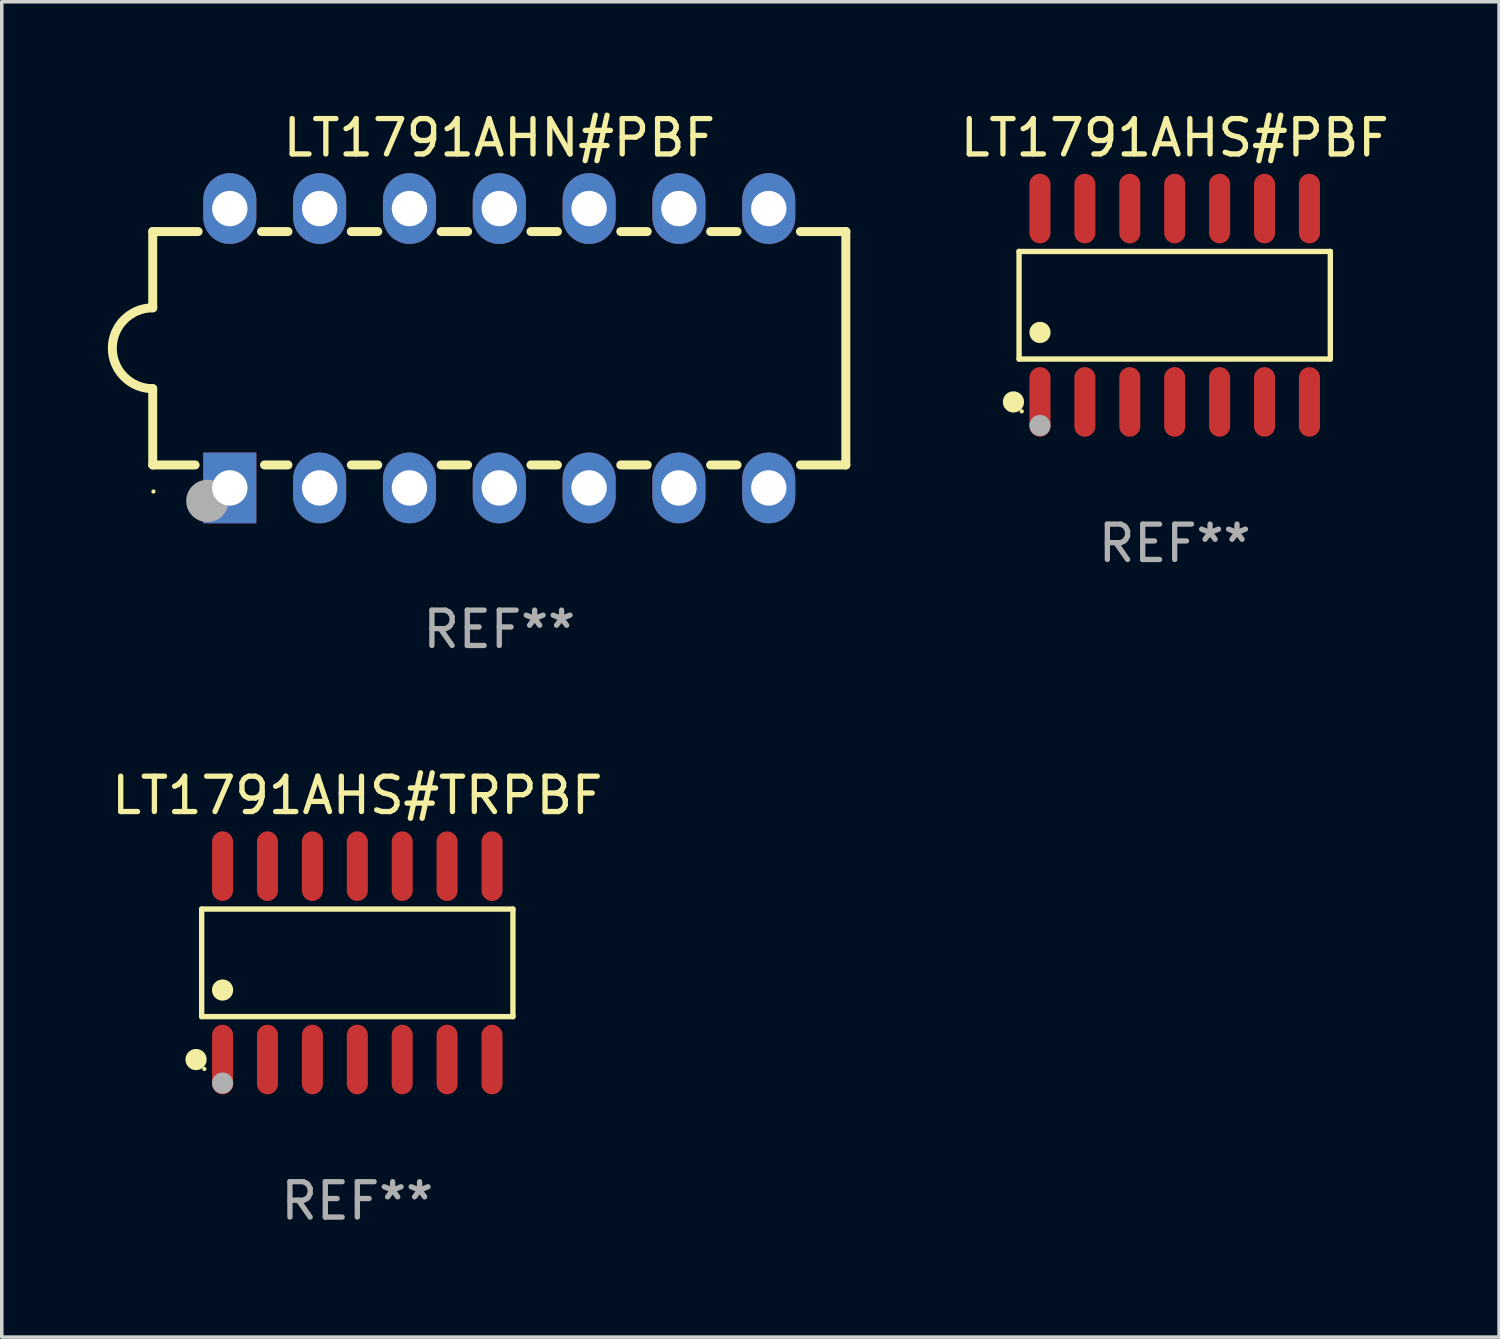
<source format=kicad_pcb>
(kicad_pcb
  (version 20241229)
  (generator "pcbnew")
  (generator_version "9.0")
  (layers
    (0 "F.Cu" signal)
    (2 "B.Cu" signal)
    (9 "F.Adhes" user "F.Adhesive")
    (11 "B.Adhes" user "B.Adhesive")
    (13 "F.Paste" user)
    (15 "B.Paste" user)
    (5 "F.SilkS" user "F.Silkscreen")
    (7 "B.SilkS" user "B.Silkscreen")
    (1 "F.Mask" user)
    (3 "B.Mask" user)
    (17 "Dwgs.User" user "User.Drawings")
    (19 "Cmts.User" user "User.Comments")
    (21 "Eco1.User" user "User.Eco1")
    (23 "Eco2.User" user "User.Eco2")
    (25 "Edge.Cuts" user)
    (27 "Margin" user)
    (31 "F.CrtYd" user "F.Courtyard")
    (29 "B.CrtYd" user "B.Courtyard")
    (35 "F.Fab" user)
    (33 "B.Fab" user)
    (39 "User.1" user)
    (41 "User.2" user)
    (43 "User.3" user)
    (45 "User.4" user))
  (footprint "LT1791AHS#PBF"
    (layer "F.Cu")
    (at 30.169 5.582)
    (property "Reference" "LT1791AHS#PBF" (at 0 -4.734 0) (layer "F.SilkS") (effects (font (size 1 1) (thickness 0.15))))
    (attr through_hole)
    (fp_line (start -4.401 -1.521) (end 4.401 -1.521) (stroke (width 0.152) (type solid)) (layer "F.SilkS"))
    (fp_line (start -4.401 1.521) (end -4.401 -1.521) (stroke (width 0.152) (type solid)) (layer "F.SilkS"))
    (fp_line (start 4.401 -1.521) (end 4.401 1.521) (stroke (width 0.152) (type solid)) (layer "F.SilkS"))
    (fp_line (start 4.401 1.521) (end -4.401 1.521) (stroke (width 0.152) (type solid)) (layer "F.SilkS"))
    (fp_circle (center -4.56 2.734) (end -4.41 2.734) (stroke (width 0.3) (type solid)) (fill no) (layer "F.SilkS"))
    (fp_circle (center -4.325 3) (end -4.295 3) (stroke (width 0.06) (type solid)) (fill no) (layer "F.SilkS"))
    (fp_circle (center -3.81 0.769) (end -3.66 0.769) (stroke (width 0.3) (type solid)) (fill no) (layer "F.SilkS"))
    (fp_circle (center -3.81 3.4) (end -3.66 3.4) (stroke (width 0.3) (type solid)) (fill no) (layer "F.Fab"))
    (fp_text user "REF**" (at 0 6.734 0) (layer "F.Fab") (effects (font (size 1 1) (thickness 0.15))))
    (pad "1" smd oval (at -3.81 2.734) (size 0.595 1.968) (layers "F.Cu" "F.Mask" "F.Paste"))
    (pad "2" smd oval (at -2.54 2.734) (size 0.595 1.968) (layers "F.Cu" "F.Mask" "F.Paste"))
    (pad "3" smd oval (at -1.27 2.734) (size 0.595 1.968) (layers "F.Cu" "F.Mask" "F.Paste"))
    (pad "4" smd oval (at 0 2.734) (size 0.595 1.968) (layers "F.Cu" "F.Mask" "F.Paste"))
    (pad "5" smd oval (at 1.27 2.734) (size 0.595 1.968) (layers "F.Cu" "F.Mask" "F.Paste"))
    (pad "6" smd oval (at 2.54 2.734) (size 0.595 1.968) (layers "F.Cu" "F.Mask" "F.Paste"))
    (pad "7" smd oval (at 3.81 2.734) (size 0.595 1.968) (layers "F.Cu" "F.Mask" "F.Paste"))
    (pad "8" smd oval (at 3.81 -2.734) (size 0.595 1.968) (layers "F.Cu" "F.Mask" "F.Paste"))
    (pad "9" smd oval (at 2.54 -2.734) (size 0.595 1.968) (layers "F.Cu" "F.Mask" "F.Paste"))
    (pad "10" smd oval (at 1.27 -2.734) (size 0.595 1.968) (layers "F.Cu" "F.Mask" "F.Paste"))
    (pad "11" smd oval (at 0 -2.734) (size 0.595 1.968) (layers "F.Cu" "F.Mask" "F.Paste"))
    (pad "12" smd oval (at -1.27 -2.734) (size 0.595 1.968) (layers "F.Cu" "F.Mask" "F.Paste"))
    (pad "13" smd oval (at -2.54 -2.734) (size 0.595 1.968) (layers "F.Cu" "F.Mask" "F.Paste"))
    (pad "14" smd oval (at -3.81 -2.734) (size 0.595 1.968) (layers "F.Cu" "F.Mask" "F.Paste")))
  (footprint "LT1791AHS#TRPBF"
    (layer "F.Cu")
    (at 7.054 24.178)
    (property "Reference" "LT1791AHS#TRPBF" (at 0 -4.734 0) (layer "F.SilkS") (effects (font (size 1 1) (thickness 0.15))))
    (attr through_hole)
    (fp_line (start -4.401 -1.521) (end 4.401 -1.521) (stroke (width 0.152) (type solid)) (layer "F.SilkS"))
    (fp_line (start -4.401 1.521) (end -4.401 -1.521) (stroke (width 0.152) (type solid)) (layer "F.SilkS"))
    (fp_line (start 4.401 -1.521) (end 4.401 1.521) (stroke (width 0.152) (type solid)) (layer "F.SilkS"))
    (fp_line (start 4.401 1.521) (end -4.401 1.521) (stroke (width 0.152) (type solid)) (layer "F.SilkS"))
    (fp_circle (center -4.56 2.734) (end -4.41 2.734) (stroke (width 0.3) (type solid)) (fill no) (layer "F.SilkS"))
    (fp_circle (center -4.325 3) (end -4.295 3) (stroke (width 0.06) (type solid)) (fill no) (layer "F.SilkS"))
    (fp_circle (center -3.81 0.769) (end -3.66 0.769) (stroke (width 0.3) (type solid)) (fill no) (layer "F.SilkS"))
    (fp_circle (center -3.81 3.4) (end -3.66 3.4) (stroke (width 0.3) (type solid)) (fill no) (layer "F.Fab"))
    (fp_text user "REF**" (at 0 6.734 0) (layer "F.Fab") (effects (font (size 1 1) (thickness 0.15))))
    (pad "1" smd oval (at -3.81 2.734) (size 0.595 1.968) (layers "F.Cu" "F.Mask" "F.Paste"))
    (pad "2" smd oval (at -2.54 2.734) (size 0.595 1.968) (layers "F.Cu" "F.Mask" "F.Paste"))
    (pad "3" smd oval (at -1.27 2.734) (size 0.595 1.968) (layers "F.Cu" "F.Mask" "F.Paste"))
    (pad "4" smd oval (at 0 2.734) (size 0.595 1.968) (layers "F.Cu" "F.Mask" "F.Paste"))
    (pad "5" smd oval (at 1.27 2.734) (size 0.595 1.968) (layers "F.Cu" "F.Mask" "F.Paste"))
    (pad "6" smd oval (at 2.54 2.734) (size 0.595 1.968) (layers "F.Cu" "F.Mask" "F.Paste"))
    (pad "7" smd oval (at 3.81 2.734) (size 0.595 1.968) (layers "F.Cu" "F.Mask" "F.Paste"))
    (pad "8" smd oval (at 3.81 -2.734) (size 0.595 1.968) (layers "F.Cu" "F.Mask" "F.Paste"))
    (pad "9" smd oval (at 2.54 -2.734) (size 0.595 1.968) (layers "F.Cu" "F.Mask" "F.Paste"))
    (pad "10" smd oval (at 1.27 -2.734) (size 0.595 1.968) (layers "F.Cu" "F.Mask" "F.Paste"))
    (pad "11" smd oval (at 0 -2.734) (size 0.595 1.968) (layers "F.Cu" "F.Mask" "F.Paste"))
    (pad "12" smd oval (at -1.27 -2.734) (size 0.595 1.968) (layers "F.Cu" "F.Mask" "F.Paste"))
    (pad "13" smd oval (at -2.54 -2.734) (size 0.595 1.968) (layers "F.Cu" "F.Mask" "F.Paste"))
    (pad "14" smd oval (at -3.81 -2.734) (size 0.595 1.968) (layers "F.Cu" "F.Mask" "F.Paste")))
  (footprint "LT1791AHN#PBF"
    (layer "F.Cu")
    (at 11.069 6.798)
    (property "Reference" "LT1791AHN#PBF" (at 0 -5.95 0) (layer "F.SilkS") (effects (font (size 1 1) (thickness 0.15))))
    (attr through_hole)
    (fp_line (start -9.8 -3.3) (end -9.8 -1.143) (stroke (width 0.254) (type solid)) (layer "F.SilkS"))
    (fp_line (start -9.8 -3.3) (end -8.516 -3.3) (stroke (width 0.254) (type solid)) (layer "F.SilkS"))
    (fp_line (start -9.8 3.3) (end -9.8 1.143) (stroke (width 0.254) (type solid)) (layer "F.SilkS"))
    (fp_line (start -8.601 3.3) (end -9.8 3.3) (stroke (width 0.254) (type solid)) (layer "F.SilkS"))
    (fp_line (start -6.724 -3.3) (end -5.976 -3.3) (stroke (width 0.254) (type solid)) (layer "F.SilkS"))
    (fp_line (start -5.976 3.3) (end -6.639 3.3) (stroke (width 0.254) (type solid)) (layer "F.SilkS"))
    (fp_line (start -4.184 -3.3) (end -3.436 -3.3) (stroke (width 0.254) (type solid)) (layer "F.SilkS"))
    (fp_line (start -3.436 3.3) (end -4.184 3.3) (stroke (width 0.254) (type solid)) (layer "F.SilkS"))
    (fp_line (start -1.644 -3.3) (end -0.896 -3.3) (stroke (width 0.254) (type solid)) (layer "F.SilkS"))
    (fp_line (start -0.896 3.3) (end -1.644 3.3) (stroke (width 0.254) (type solid)) (layer "F.SilkS"))
    (fp_line (start 0.896 -3.3) (end 1.644 -3.3) (stroke (width 0.254) (type solid)) (layer "F.SilkS"))
    (fp_line (start 1.644 3.3) (end 0.896 3.3) (stroke (width 0.254) (type solid)) (layer "F.SilkS"))
    (fp_line (start 3.436 -3.3) (end 4.184 -3.3) (stroke (width 0.254) (type solid)) (layer "F.SilkS"))
    (fp_line (start 4.184 3.3) (end 3.436 3.3) (stroke (width 0.254) (type solid)) (layer "F.SilkS"))
    (fp_line (start 5.976 -3.3) (end 6.724 -3.3) (stroke (width 0.254) (type solid)) (layer "F.SilkS"))
    (fp_line (start 6.724 3.3) (end 5.976 3.3) (stroke (width 0.254) (type solid)) (layer "F.SilkS"))
    (fp_line (start 8.516 -3.3) (end 9.8 -3.3) (stroke (width 0.254) (type solid)) (layer "F.SilkS"))
    (fp_line (start 9.8 -3.3) (end 9.8 3.3) (stroke (width 0.254) (type solid)) (layer "F.SilkS"))
    (fp_line (start 9.8 3.3) (end 8.516 3.3) (stroke (width 0.254) (type solid)) (layer "F.SilkS"))
    (fp_arc (start -9.800038 1.143002) (mid -10.942354 -0.000343) (end -9.799352 -1.143002) (stroke (width 0.254001) (type solid)) (layer "F.SilkS"))
    (fp_circle (center -9.779 4.051) (end -9.749 4.051) (stroke (width 0.06) (type solid)) (fill no) (layer "F.SilkS"))
    (fp_circle (center -8.255 4.318) (end -7.955 4.318) (stroke (width 0.6) (type solid)) (fill no) (layer "F.Fab"))
    (fp_text user "REF**" (at 0 7.95 0) (layer "F.Fab") (effects (font (size 1 1) (thickness 0.15))))
    (pad "1" thru_hole rect (at -7.62 3.95 90) (size 2 1.5) (drill 1) (layers "*.Cu" "*.Mask"))
    (pad "2" thru_hole oval (at -5.08 3.95 90) (size 2 1.5) (drill 1) (layers "*.Cu" "*.Mask"))
    (pad "3" thru_hole oval (at -2.54 3.95 90) (size 2 1.5) (drill 1) (layers "*.Cu" "*.Mask"))
    (pad "4" thru_hole oval (at -0.000013 3.95 90) (size 2 1.5) (drill 1) (layers "*.Cu" "*.Mask"))
    (pad "5" thru_hole oval (at 2.54 3.95 90) (size 2 1.5) (drill 1) (layers "*.Cu" "*.Mask"))
    (pad "6" thru_hole oval (at 5.08 3.95 90) (size 2 1.5) (drill 1) (layers "*.Cu" "*.Mask"))
    (pad "7" thru_hole oval (at 7.62 3.95 90) (size 2 1.5) (drill 1) (layers "*.Cu" "*.Mask"))
    (pad "8" thru_hole oval (at 7.62 -3.95 90) (size 2 1.5) (drill 1) (layers "*.Cu" "*.Mask"))
    (pad "9" thru_hole oval (at 5.08 -3.95 90) (size 2 1.5) (drill 1) (layers "*.Cu" "*.Mask"))
    (pad "10" thru_hole oval (at 2.54 -3.95 90) (size 2 1.5) (drill 1) (layers "*.Cu" "*.Mask"))
    (pad "11" thru_hole oval (at -0.000013 -3.95 90) (size 2 1.5) (drill 1) (layers "*.Cu" "*.Mask"))
    (pad "12" thru_hole oval (at -2.54 -3.95 90) (size 2 1.5) (drill 1) (layers "*.Cu" "*.Mask"))
    (pad "13" thru_hole oval (at -5.08 -3.95 90) (size 2 1.5) (drill 1) (layers "*.Cu" "*.Mask"))
    (pad "14" thru_hole oval (at -7.62 -3.95 90) (size 2 1.5) (drill 1) (layers "*.Cu" "*.Mask")))
  (gr_rect
    (start -3 -3)
    (end 39.342 34.761)
    (stroke (width 0.1) (type default))
    (fill no)
    (layer "Edge.Cuts")))
</source>
